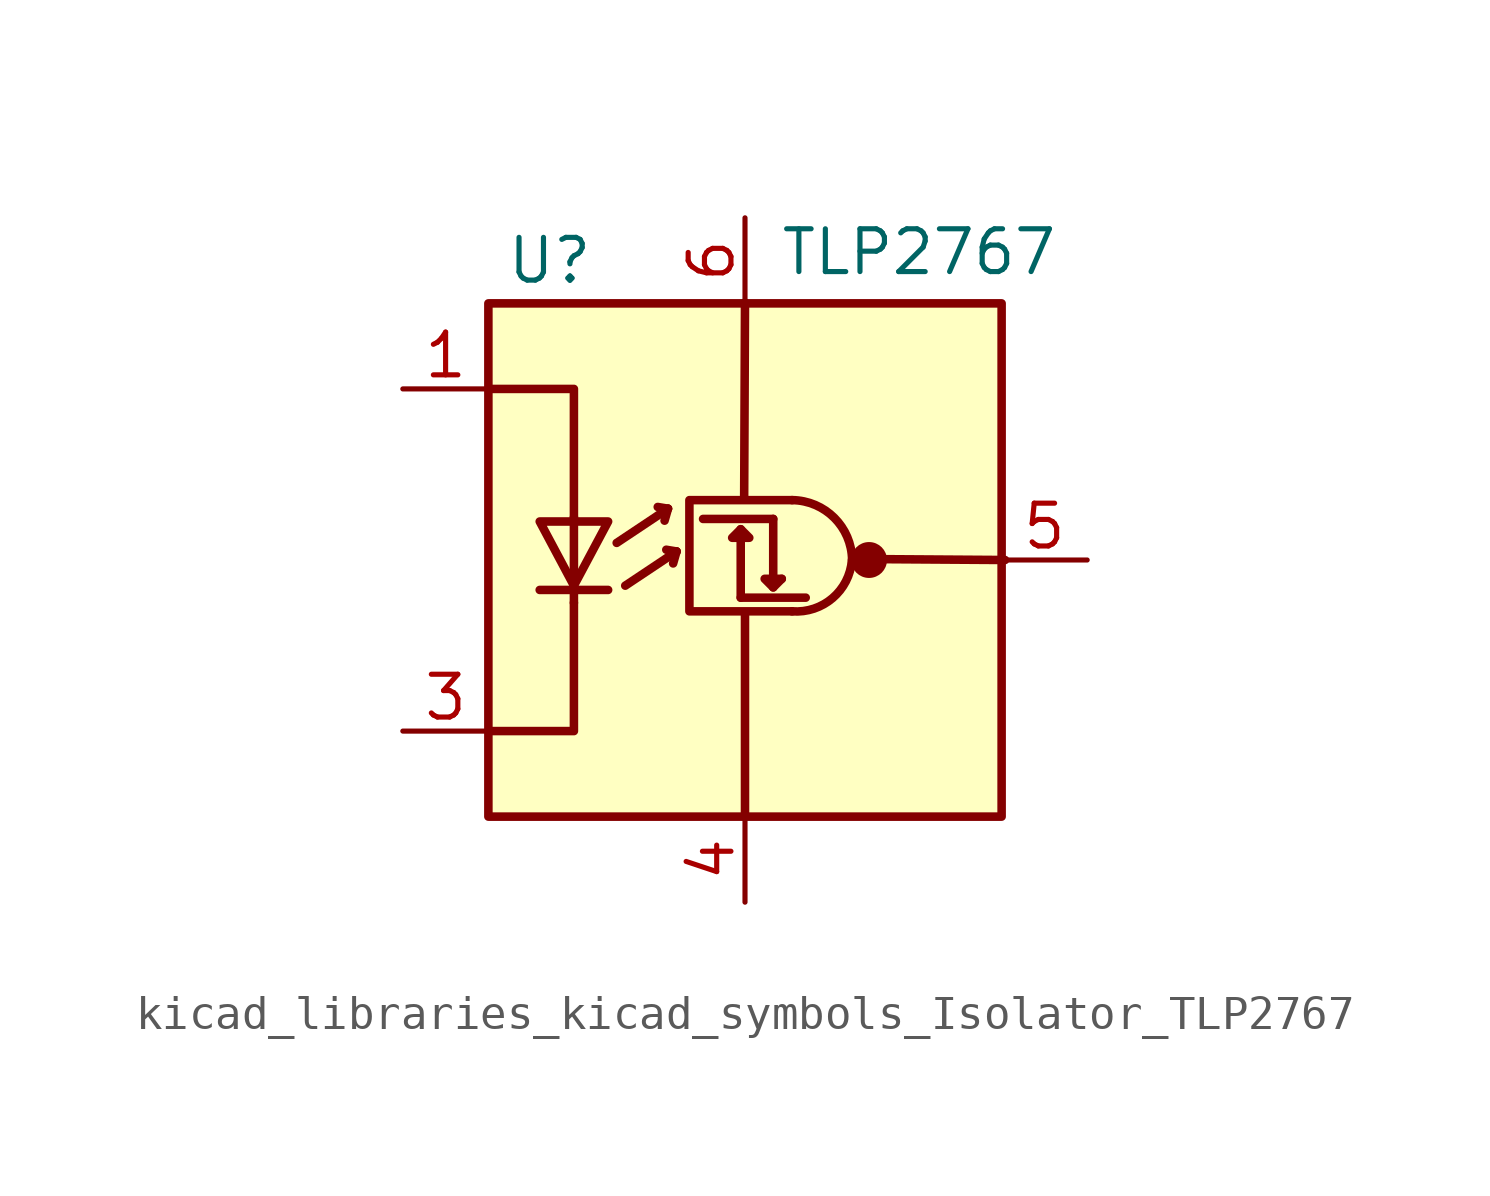
<source format=kicad_sym>
(kicad_symbol_lib
  (version 20220914)
  (generator kicad_symbol_editor)
  (symbol "kicad_libraries_kicad_symbols_Isolator_TLP2767"
    (pin_names
      (offset 1.016) hide)
    (property "Reference" "U"
      (at -7.112 8.89 0)
      (effects (font (size 1.27 1.27)) (justify left)))
    (property "Value" "TLP2767"
      (at 1.016 9.144 0)
      (effects (font (size 1.27 1.27)) (justify left)))
    (symbol "kicad_libraries_kicad_symbols_Isolator_TLP2767_0_1"
      (rectangle (start -7.62 7.62) (end 7.62 -7.62) (stroke (width 0.254) (type default)) (fill (type background)))
      (polyline (pts (xy -6.096 -0.889) (xy -4.064 -0.889)) (stroke (width 0.254) (type default)) (fill (type none)))
      (polyline (pts (xy -5.08 -1.27) (xy -5.08 -0.762)) (stroke (width 0.254) (type default)) (fill (type none)))
      (polyline (pts (xy -5.08 1.27) (xy -5.08 -0.762)) (stroke (width 0.254) (type default)) (fill (type none)))
      (polyline (pts (xy -3.81 0.508) (xy -2.286 1.524)) (stroke (width 0.254) (type default)) (fill (type none)))
      (polyline (pts (xy -3.556 -0.762) (xy -2.032 0.254)) (stroke (width 0.254) (type default)) (fill (type none)))
      (polyline (pts (xy -2.286 1.524) (xy -2.591 1.575)) (stroke (width 0.254) (type default)) (fill (type none)))
      (polyline (pts (xy -2.286 1.524) (xy -2.388 1.168)) (stroke (width 0.254) (type default)) (fill (type none)))
      (polyline (pts (xy -2.032 0.254) (xy -2.337 0.305)) (stroke (width 0.254) (type default)) (fill (type none)))
      (polyline (pts (xy -2.032 0.254) (xy -2.134 -0.102)) (stroke (width 0.254) (type default)) (fill (type none)))
      (polyline (pts (xy -0.127 -1.118) (xy 1.803 -1.118)) (stroke (width 0.254) (type default)) (fill (type none)))
      (polyline (pts (xy -0.127 0.914) (xy -0.127 -1.118)) (stroke (width 0.254) (type default)) (fill (type none)))
      (polyline (pts (xy 0 -7.595) (xy 0 -1.575)) (stroke (width 0.254) (type default)) (fill (type none)))
      (polyline (pts (xy 0 7.645) (xy -0.025 1.829)) (stroke (width 0.254) (type default)) (fill (type none)))
      (polyline (pts (xy 0.838 1.219) (xy -1.245 1.219)) (stroke (width 0.254) (type default)) (fill (type none)))
      (polyline (pts (xy 4.064 0.025) (xy 7.722 0)) (stroke (width 0.254) (type default)) (fill (type none)))
      (polyline (pts (xy -7.62 -5.08) (xy -5.08 -5.08) (xy -5.08 -1.27)) (stroke (width 0.254) (type default)) (fill (type none)))
      (polyline (pts (xy -5.08 1.27) (xy -5.08 5.08) (xy -7.62 5.08)) (stroke (width 0.254) (type default)) (fill (type none)))
      (polyline (pts (xy 0.838 -0.813) (xy 0.584 -0.559) (xy 1.092 -0.559)) (stroke (width 0.254) (type default)) (fill (type none)))
      (polyline (pts (xy 0.838 1.219) (xy 0.838 -0.813) (xy 1.092 -0.559)) (stroke (width 0.254) (type default)) (fill (type none)))
      (polyline (pts (xy -6.096 1.143) (xy -4.064 1.143) (xy -5.08 -0.762) (xy -6.096 1.143)) (stroke (width 0.254) (type default)) (fill (type none)))
      (polyline (pts (xy -0.127 0.914) (xy -0.381 0.66) (xy 0.127 0.66) (xy -0.127 0.914)) (stroke (width 0.254) (type default)) (fill (type none)))
      (polyline (pts (xy 1.397 1.778) (xy -1.651 1.778) (xy -1.651 -1.524) (xy 1.397 -1.524)) (stroke (width 0.254) (type default)) (fill (type none)))
      (arc (start 1.397 -1.524) (mid 2.6016 -1.1302) (end 3.175 0) (stroke (width 0.254) (type default)) (fill (type none)))
      (arc (start 3.175 0) (mid 2.6489 1.2519) (end 1.397 1.778) (stroke (width 0.254) (type default)) (fill (type none)))
      (circle (center 3.683 0) (radius 0.457) (stroke (width 0) (type default)) (fill (type outline))))
    (symbol "kicad_libraries_kicad_symbols_Isolator_TLP2767_1_1"
      (pin passive line (at -10.16 5.08 0) (length 2.54) (name "A" (effects (font (size 1.27 1.27)))) (number "1" (effects (font (size 1.27 1.27)))))
      (pin no_connect line (at -7.62 0 0) (length 2.54) hide (name "NC" (effects (font (size 1.27 1.27)))) (number "2" (effects (font (size 1.27 1.27)))))
      (pin passive line (at -10.16 -5.08 0) (length 2.54) (name "K" (effects (font (size 1.27 1.27)))) (number "3" (effects (font (size 1.27 1.27)))))
      (pin power_in line (at 0 -10.16 90) (length 2.54) (name "GND" (effects (font (size 1.27 1.27)))) (number "4" (effects (font (size 1.27 1.27)))))
      (pin output line (at 10.16 0 180) (length 2.54) (name "VO" (effects (font (size 1.27 1.27)))) (number "5" (effects (font (size 1.27 1.27)))))
      (pin power_in line (at 0 10.16 270) (length 2.54) (name "VDD" (effects (font (size 1.27 1.27)))) (number "6" (effects (font (size 1.27 1.27))))))))
</source>
